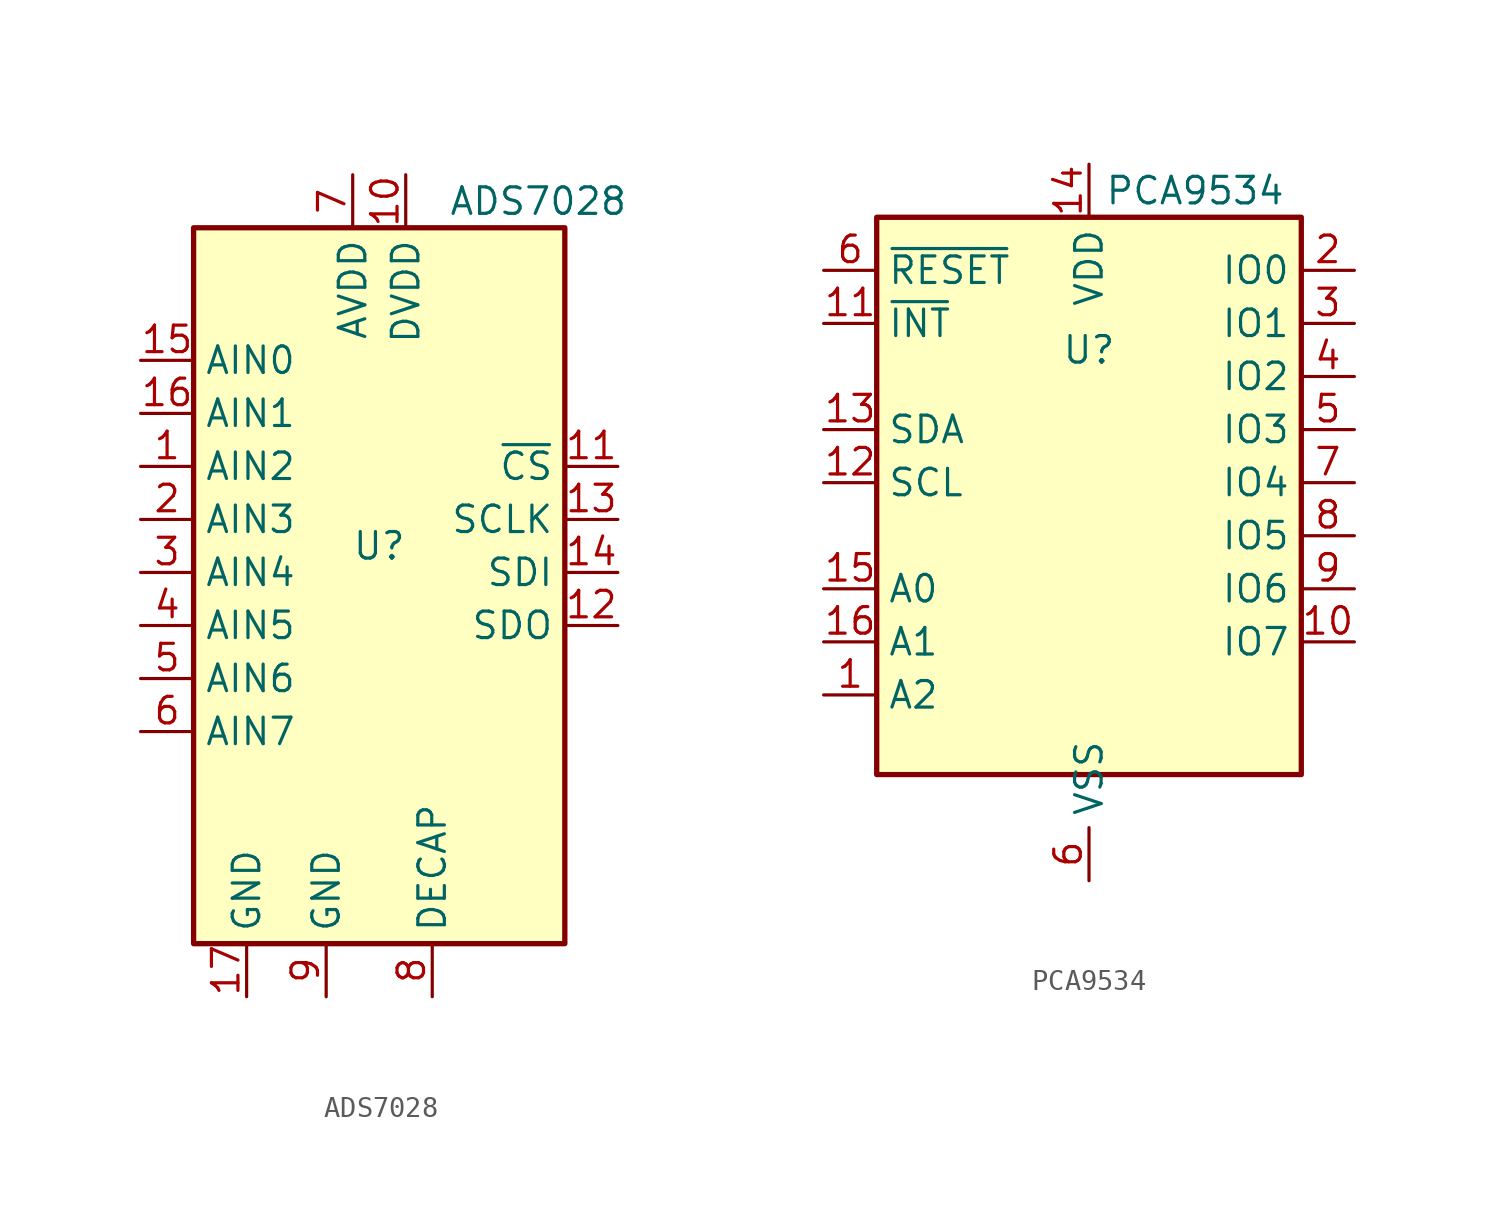
<source format=kicad_sym>
(kicad_symbol_lib
  (version 20211014)
  (generator kicad_symbol_editor)
  (symbol "ADS7028"
    (property "Reference" "U"
      (at 0 0 0)
      (effects (font (size 1.27 1.27))))
    (property "Value" "ADS7028"
      (at 7.62 16.51 0)
      (effects (font (size 1.27 1.27))))
    (symbol "ADS7028_0_0"
      (pin input line (at 11.43 3.81 180) (length 2.54) (name "~{CS}" (effects (font (size 1.27 1.27)))) (number "11" (effects (font (size 1.27 1.27)))))
      (pin output line (at 11.43 -3.81 180) (length 2.54) (name "SDO" (effects (font (size 1.27 1.27)))) (number "12" (effects (font (size 1.27 1.27)))))
      (pin input line (at 11.43 1.27 180) (length 2.54) (name "SCLK" (effects (font (size 1.27 1.27)))) (number "13" (effects (font (size 1.27 1.27)))))
      (pin input line (at 11.43 -1.27 180) (length 2.54) (name "SDI" (effects (font (size 1.27 1.27)))) (number "14" (effects (font (size 1.27 1.27)))))
      (pin input line (at -11.43 -1.27 0) (length 2.54) (name "AIN4" (effects (font (size 1.27 1.27)))) (number "3" (effects (font (size 1.27 1.27)))))
      (pin input line (at -11.43 -3.81 0) (length 2.54) (name "AIN5" (effects (font (size 1.27 1.27)))) (number "4" (effects (font (size 1.27 1.27)))))
      (pin input line (at -11.43 -6.35 0) (length 2.54) (name "AIN6" (effects (font (size 1.27 1.27)))) (number "5" (effects (font (size 1.27 1.27)))))
      (pin input line (at -11.43 -8.89 0) (length 2.54) (name "AIN7" (effects (font (size 1.27 1.27)))) (number "6" (effects (font (size 1.27 1.27)))))
      (pin power_in line (at -1.27 17.78 270) (length 2.54) (name "AVDD" (effects (font (size 1.27 1.27)))) (number "7" (effects (font (size 1.27 1.27)))))
      (pin bidirectional line (at 2.54 -21.59 90) (length 2.54) (name "DECAP" (effects (font (size 1.27 1.27)))) (number "8" (effects (font (size 1.27 1.27))))))
    (symbol "ADS7028_0_1"
      (rectangle (start -8.89 15.24) (end 8.89 -19.05) (stroke (width 0.254) (type default) (color 0 0 0 0)) (fill (type background))))
    (symbol "ADS7028_1_1"
      (pin input line (at -11.43 3.81 0) (length 2.54) (name "AIN2" (effects (font (size 1.27 1.27)))) (number "1" (effects (font (size 1.27 1.27)))))
      (pin power_in line (at 1.27 17.78 270) (length 2.54) (name "DVDD" (effects (font (size 1.27 1.27)))) (number "10" (effects (font (size 1.27 1.27)))))
      (pin input line (at -11.43 8.89 0) (length 2.54) (name "AIN0" (effects (font (size 1.27 1.27)))) (number "15" (effects (font (size 1.27 1.27)))))
      (pin input line (at -11.43 6.35 0) (length 2.54) (name "AIN1" (effects (font (size 1.27 1.27)))) (number "16" (effects (font (size 1.27 1.27)))))
      (pin power_in line (at -6.35 -21.59 90) (length 2.54) (name "GND" (effects (font (size 1.27 1.27)))) (number "17" (effects (font (size 1.27 1.27)))))
      (pin input line (at -11.43 1.27 0) (length 2.54) (name "AIN3" (effects (font (size 1.27 1.27)))) (number "2" (effects (font (size 1.27 1.27)))))
      (pin power_in line (at -2.54 -21.59 90) (length 2.54) (name "GND" (effects (font (size 1.27 1.27)))) (number "9" (effects (font (size 1.27 1.27)))))))
  (symbol "PCA9534"
    (property "Reference" "U"
      (at 0 5.08 0)
      (effects (font (size 1.27 1.27))))
    (property "Value" "PCA9534"
      (at 5.08 12.7 0)
      (effects (font (size 1.27 1.27))))
    (symbol "PCA9534_0_0"
      (pin input line (at -12.7 -11.43 0) (length 2.54) (name "A2" (effects (font (size 1.27 1.27)))) (number "1" (effects (font (size 1.27 1.27)))))
      (pin bidirectional line (at 12.7 -8.89 180) (length 2.54) (name "IO7" (effects (font (size 1.27 1.27)))) (number "10" (effects (font (size 1.27 1.27)))))
      (pin input line (at -12.7 -6.35 0) (length 2.54) (name "A0" (effects (font (size 1.27 1.27)))) (number "15" (effects (font (size 1.27 1.27)))))
      (pin input line (at -12.7 -8.89 0) (length 2.54) (name "A1" (effects (font (size 1.27 1.27)))) (number "16" (effects (font (size 1.27 1.27)))))
      (pin bidirectional line (at 12.7 -1.27 180) (length 2.54) (name "IO4" (effects (font (size 1.27 1.27)))) (number "7" (effects (font (size 1.27 1.27)))))
      (pin bidirectional line (at 12.7 -3.81 180) (length 2.54) (name "IO5" (effects (font (size 1.27 1.27)))) (number "8" (effects (font (size 1.27 1.27)))))
      (pin bidirectional line (at 12.7 -6.35 180) (length 2.54) (name "IO6" (effects (font (size 1.27 1.27)))) (number "9" (effects (font (size 1.27 1.27))))))
    (symbol "PCA9534_0_1"
      (rectangle (start -10.16 11.43) (end 10.16 -15.24) (stroke (width 0.254) (type default) (color 0 0 0 0)) (fill (type background))))
    (symbol "PCA9534_1_1"
      (pin open_collector line (at -12.7 6.35 0) (length 2.54) (name "~{INT}" (effects (font (size 1.27 1.27)))) (number "11" (effects (font (size 1.27 1.27)))))
      (pin input line (at -12.7 -1.27 0) (length 2.54) (name "SCL" (effects (font (size 1.27 1.27)))) (number "12" (effects (font (size 1.27 1.27)))))
      (pin bidirectional line (at -12.7 1.27 0) (length 2.54) (name "SDA" (effects (font (size 1.27 1.27)))) (number "13" (effects (font (size 1.27 1.27)))))
      (pin power_in line (at 0 13.97 270) (length 2.54) (name "VDD" (effects (font (size 1.27 1.27)))) (number "14" (effects (font (size 1.27 1.27)))))
      (pin bidirectional line (at 12.7 8.89 180) (length 2.54) (name "IO0" (effects (font (size 1.27 1.27)))) (number "2" (effects (font (size 1.27 1.27)))))
      (pin bidirectional line (at 12.7 6.35 180) (length 2.54) (name "IO1" (effects (font (size 1.27 1.27)))) (number "3" (effects (font (size 1.27 1.27)))))
      (pin bidirectional line (at 12.7 3.81 180) (length 2.54) (name "IO2" (effects (font (size 1.27 1.27)))) (number "4" (effects (font (size 1.27 1.27)))))
      (pin bidirectional line (at 12.7 1.27 180) (length 2.54) (name "IO3" (effects (font (size 1.27 1.27)))) (number "5" (effects (font (size 1.27 1.27)))))
      (pin power_in line (at 0 -20.32 90) (length 2.54) (name "VSS" (effects (font (size 1.27 1.27)))) (number "6" (effects (font (size 1.27 1.27)))))
      (pin input line (at -12.7 8.89 0) (length 2.54) (name "~{RESET}" (effects (font (size 1.27 1.27)))) (number "6" (effects (font (size 1.27 1.27))))))))
</source>
